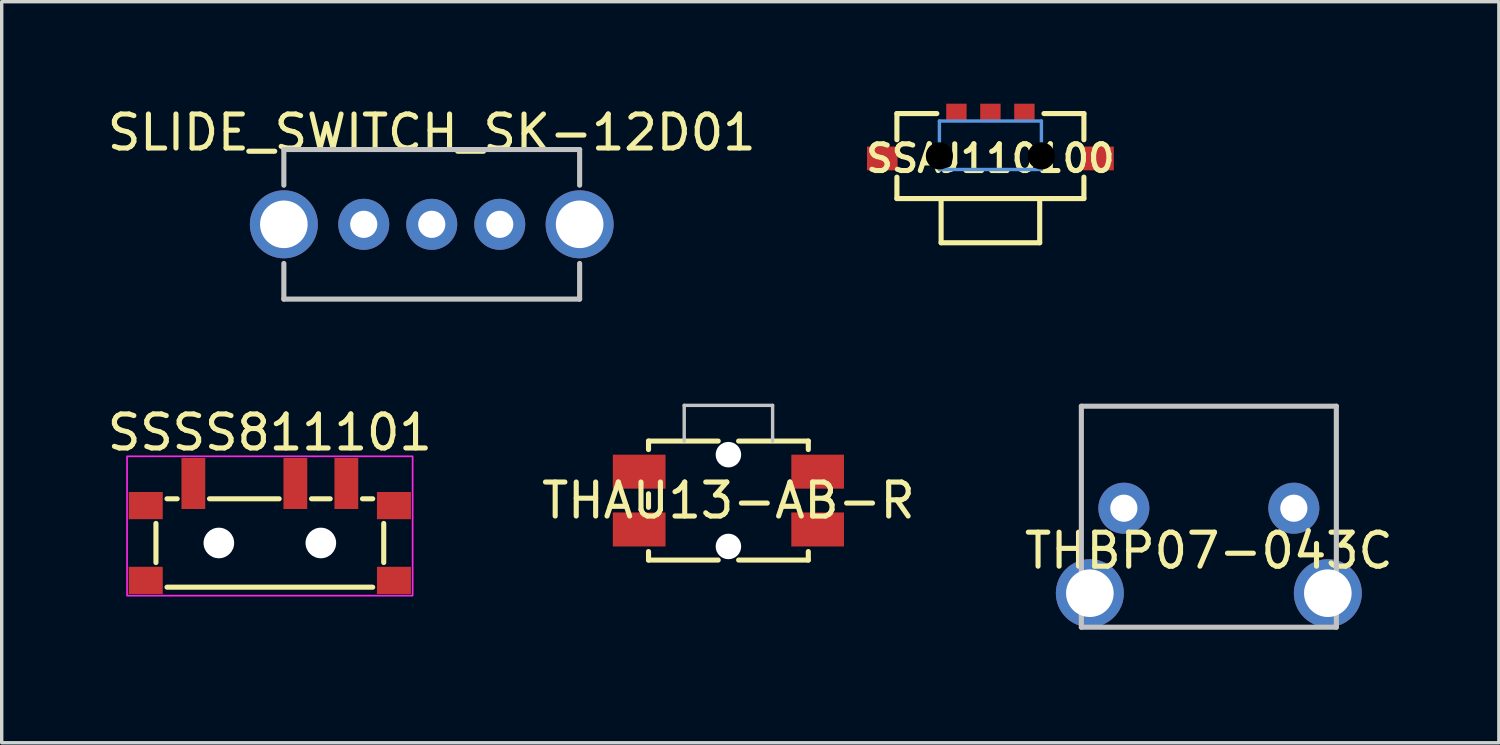
<source format=kicad_pcb>
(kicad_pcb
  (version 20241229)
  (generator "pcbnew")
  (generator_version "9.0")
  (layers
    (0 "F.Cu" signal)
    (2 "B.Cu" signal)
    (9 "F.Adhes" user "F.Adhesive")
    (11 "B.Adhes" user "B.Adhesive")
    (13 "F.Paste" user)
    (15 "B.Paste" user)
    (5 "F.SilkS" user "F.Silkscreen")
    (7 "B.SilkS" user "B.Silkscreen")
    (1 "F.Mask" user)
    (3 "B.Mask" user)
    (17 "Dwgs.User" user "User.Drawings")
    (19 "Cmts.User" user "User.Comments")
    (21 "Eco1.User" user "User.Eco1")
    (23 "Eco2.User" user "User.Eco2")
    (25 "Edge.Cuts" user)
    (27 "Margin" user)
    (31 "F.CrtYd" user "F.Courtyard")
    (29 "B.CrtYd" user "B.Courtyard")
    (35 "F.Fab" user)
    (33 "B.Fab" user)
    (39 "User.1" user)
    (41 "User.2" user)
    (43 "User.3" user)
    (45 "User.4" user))
  (footprint "SSSS811101"
    (layer "F.Cu")
    (at 4.887 12.921)
    (property "Reference" "SSSS811101" (at 0 -3.25 0) (unlocked yes) (layer "F.SilkS") (effects (font (size 1 1) (thickness 0.15))))
    (attr smd)
    (fp_line (start -3.35 -0.575) (end -3.35 0.575) (stroke (width 0.15) (type default)) (layer "F.SilkS"))
    (fp_line (start -3.025 -1.3) (end -2.725 -1.3) (stroke (width 0.15) (type solid)) (layer "F.SilkS"))
    (fp_line (start -3.025 1.3) (end 3.025 1.3) (stroke (width 0.15) (type solid)) (layer "F.SilkS"))
    (fp_line (start -1.775 -1.3) (end 0.275 -1.3) (stroke (width 0.15) (type solid)) (layer "F.SilkS"))
    (fp_line (start 1.225 -1.3) (end 1.775 -1.3) (stroke (width 0.15) (type solid)) (layer "F.SilkS"))
    (fp_line (start 2.725 -1.3) (end 3.025 -1.3) (stroke (width 0.15) (type solid)) (layer "F.SilkS"))
    (fp_line (start 3.35 -0.575) (end 3.35 0.575) (stroke (width 0.15) (type default)) (layer "F.SilkS"))
    (fp_line (start -1.4 2.8) (end -1.4 1.3) (stroke (width 0.15) (type solid)) (layer "Eco2.User"))
    (fp_line (start -1.4 2.8) (end 1.4 2.8) (stroke (width 0.15) (type solid)) (layer "Eco2.User"))
    (fp_line (start 1.4 2.8) (end 1.4 1.3) (stroke (width 0.15) (type solid)) (layer "Eco2.User"))
    (fp_rect (start -4.2 -2.55) (end 4.2 1.55) (stroke (width 0.05) (type default)) (fill no) (layer "F.CrtYd"))
    (pad "" np_thru_hole circle (at -1.5 0) (size 0.9 0.9) (drill 0.9) (layers "*.Cu" "*.Mask"))
    (pad "" np_thru_hole circle (at 1.5 0) (size 0.9 0.9) (drill 0.9) (layers "*.Cu" "*.Mask"))
    (pad "1" smd rect (at 2.25 -1.75) (size 0.7 1.5) (layers "F.Cu" "F.Mask" "F.Paste"))
    (pad "2" smd rect (at -2.25 -1.75) (size 0.7 1.5) (layers "F.Cu" "F.Mask" "F.Paste"))
    (pad "C" smd rect (at 0.75 -1.75) (size 0.7 1.5) (layers "F.Cu" "F.Mask" "F.Paste"))
    (pad "NC" smd rect (at -3.65 -1.1) (size 1 0.8) (layers "F.Cu" "F.Mask" "F.Paste"))
    (pad "NC" smd rect (at -3.65 1.1) (size 1 0.8) (layers "F.Cu" "F.Mask" "F.Paste"))
    (pad "NC" smd rect (at 3.65 -1.1) (size 1 0.8) (layers "F.Cu" "F.Mask" "F.Paste"))
    (pad "NC" smd rect (at 3.65 1.1) (size 1 0.8) (layers "F.Cu" "F.Mask" "F.Paste")))
  (footprint "SSAJ110100"
    (layer "F.Cu")
    (at 26.081 1.61)
    (property "Reference" "SSAJ110100" (at 0 0 0) (layer "F.SilkS") (effects (font (size 0.787 0.787) (thickness 0.15))))
    (attr smd)
    (fp_line (start -2.75 -1.32) (end -1.575 -1.32) (stroke (width 0.15) (type solid)) (layer "F.SilkS"))
    (fp_line (start -2.75 -0.55) (end -2.75 -1.32) (stroke (width 0.15) (type solid)) (layer "F.SilkS"))
    (fp_line (start -2.75 1.18) (end -2.75 0.55) (stroke (width 0.15) (type solid)) (layer "F.SilkS"))
    (fp_line (start -1.45 1.18) (end -2.75 1.18) (stroke (width 0.15) (type solid)) (layer "F.SilkS"))
    (fp_line (start -1.45 1.18) (end -1.45 2.48) (stroke (width 0.15) (type solid)) (layer "F.SilkS"))
    (fp_line (start 1.45 1.18) (end -1.45 1.18) (stroke (width 0.15) (type solid)) (layer "F.SilkS"))
    (fp_line (start 1.45 1.18) (end 1.45 2.48) (stroke (width 0.15) (type solid)) (layer "F.SilkS"))
    (fp_line (start 1.45 2.48) (end -1.45 2.48) (stroke (width 0.15) (type solid)) (layer "F.SilkS"))
    (fp_line (start 1.575 -1.32) (end 2.75 -1.32) (stroke (width 0.15) (type solid)) (layer "F.SilkS"))
    (fp_line (start 2.75 -1.32) (end 2.75 -0.55) (stroke (width 0.15) (type solid)) (layer "F.SilkS"))
    (fp_line (start 2.75 0.55) (end 2.75 1.18) (stroke (width 0.15) (type solid)) (layer "F.SilkS"))
    (fp_line (start 2.75 1.18) (end 1.45 1.18) (stroke (width 0.15) (type solid)) (layer "F.SilkS"))
    (fp_line (start -1.5 -1.1) (end 1.5 -1.1) (stroke (width 0.1) (type solid)) (layer "Cmts.User"))
    (fp_line (start -1.5 0.325) (end -1.5 -1.1) (stroke (width 0.1) (type solid)) (layer "Cmts.User"))
    (fp_line (start 1.5 -1.1) (end 1.5 0.325) (stroke (width 0.1) (type solid)) (layer "Cmts.User"))
    (fp_line (start 1.5 0.325) (end -1.5 0.325) (stroke (width 0.1) (type solid)) (layer "Cmts.User"))
    (pad "" np_thru_hole circle (at -1.5 -0.075) (size 0.8 0.8) (drill 0.8) (layers "*.Mask"))
    (pad "" np_thru_hole circle (at 1.5 -0.075) (size 0.8 0.8) (drill 0.8) (layers "*.Mask"))
    (pad "1" smd rect (at -1 -1.355) (size 0.6 0.51) (layers "F.Cu" "F.Mask" "F.Paste"))
    (pad "2" smd rect (at 1 -1.355) (size 0.6 0.51) (layers "F.Cu" "F.Mask" "F.Paste"))
    (pad "C" smd rect (at 0 -1.355) (size 0.6 0.51) (layers "F.Cu" "F.Mask" "F.Paste"))
    (pad "NC" smd rect (at -3.18 0) (size 0.9 0.7) (layers "F.Cu" "F.Mask" "F.Paste"))
    (pad "NC" smd rect (at 3.18 0) (size 0.9 0.7) (layers "F.Cu" "F.Mask" "F.Paste"))
    (zone (net_name "") (layer "F.Cu") (hatch edge 0.5) (connect_pads) (min_thickness 0.25) (filled_areas_thickness no) (keepout (tracks not_allowed) (vias not_allowed) (pads not_allowed) (copperpour allowed) (footprints not_allowed)) (placement (enabled no)) (fill) (polygon (pts (xy 27.581 0.51) (xy 27.581 1.935) (xy 24.581 1.935) (xy 24.581 0.51)))))
  (footprint "THAU13-AB-R"
    (layer "F.Cu")
    (at 18.375 11.673)
    (property "Reference" "THAU13-AB-R" (at 0 0 0) (unlocked yes) (layer "F.SilkS") (effects (font (size 1 1) (thickness 0.15))))
    (attr through_hole)
    (fp_line (start -2.35 -1.75) (end -0.3 -1.75) (stroke (width 0.15) (type solid)) (layer "F.SilkS"))
    (fp_line (start -2.35 -1.5) (end -2.35 -1.75) (stroke (width 0.15) (type solid)) (layer "F.SilkS"))
    (fp_line (start -2.35 -0.2) (end -2.35 0.2) (stroke (width 0.15) (type default)) (layer "F.SilkS"))
    (fp_line (start -2.35 1.75) (end -2.35 1.5) (stroke (width 0.15) (type solid)) (layer "F.SilkS"))
    (fp_line (start -2.35 1.75) (end -0.3 1.75) (stroke (width 0.15) (type solid)) (layer "F.SilkS"))
    (fp_line (start 0.3 -1.75) (end 2.35 -1.75) (stroke (width 0.15) (type solid)) (layer "F.SilkS"))
    (fp_line (start 0.3 1.75) (end 2.35 1.75) (stroke (width 0.15) (type solid)) (layer "F.SilkS"))
    (fp_line (start 2.35 -1.5) (end 2.35 -1.75) (stroke (width 0.15) (type solid)) (layer "F.SilkS"))
    (fp_line (start 2.35 1.75) (end 2.35 1.5) (stroke (width 0.15) (type solid)) (layer "F.SilkS"))
    (fp_line (start -1.3 -2.8) (end -1.3 -1.75) (stroke (width 0.1) (type default)) (layer "Dwgs.User"))
    (fp_line (start -1.3 -2.8) (end 1.3 -2.8) (stroke (width 0.1) (type solid)) (layer "Dwgs.User"))
    (fp_line (start 1.3 -2.8) (end 1.3 -1.75) (stroke (width 0.1) (type default)) (layer "Dwgs.User"))
    (pad "" np_thru_hole circle (at 0 -1.35) (size 0.75 0.75) (drill 0.75) (layers "*.Cu" "*.Mask"))
    (pad "" np_thru_hole circle (at 0 1.35) (size 0.75 0.75) (drill 0.75) (layers "*.Cu" "*.Mask"))
    (pad "1" smd rect (at -2.625 -0.85) (size 1.55 1) (layers "F.Cu" "F.Mask" "F.Paste"))
    (pad "1" smd rect (at 2.625 -0.85) (size 1.55 1) (layers "F.Cu" "F.Mask" "F.Paste"))
    (pad "2" smd rect (at -2.625 0.85) (size 1.55 1) (layers "F.Cu" "F.Mask" "F.Paste"))
    (pad "2" smd rect (at 2.625 0.85) (size 1.55 1) (layers "F.Cu" "F.Mask" "F.Paste")))
  (footprint "SLIDE_SWITCH_SK-12D01"
    (layer "F.Cu")
    (at 9.649 3.548)
    (property "Reference" "SLIDE_SWITCH_SK-12D01" (at 0 -2.7 0) (layer "F.SilkS") (effects (font (size 1 1) (thickness 0.15))))
    (attr through_hole)
    (fp_line (start -4.35 -2.2) (end -4.35 -1.15) (stroke (width 0.15) (type solid)) (layer "Dwgs.User"))
    (fp_line (start -4.35 2.2) (end -4.35 1.15) (stroke (width 0.15) (type solid)) (layer "Dwgs.User"))
    (fp_line (start -4.35 2.2) (end 4.35 2.2) (stroke (width 0.15) (type solid)) (layer "Dwgs.User"))
    (fp_line (start 4.35 -2.2) (end -4.35 -2.2) (stroke (width 0.15) (type solid)) (layer "Dwgs.User"))
    (fp_line (start 4.35 -2.2) (end 4.35 -1.15) (stroke (width 0.15) (type solid)) (layer "Dwgs.User"))
    (fp_line (start 4.35 2.2) (end 4.35 1.15) (stroke (width 0.15) (type solid)) (layer "Dwgs.User"))
    (pad "" thru_hole circle (at -4.35 0) (size 2 2) (drill 1.4) (layers "*.Cu" "*.Mask"))
    (pad "" thru_hole circle (at 4.35 0) (size 2 2) (drill 1.4) (layers "*.Cu" "*.Mask"))
    (pad "1" thru_hole circle (at 0 0) (size 1.5 1.5) (drill 0.8) (layers "*.Cu" "*.Mask"))
    (pad "2" thru_hole circle (at 2 0) (size 1.5 1.5) (drill 0.8) (layers "*.Cu" "*.Mask"))
    (pad "3" thru_hole circle (at -2 0) (size 1.5 1.5) (drill 0.8) (layers "*.Cu" "*.Mask")))
  (footprint "THBP07-043C"
    (layer "F.Cu")
    (at 32.506 13.148)
    (property "Reference" "THBP07-043C" (at 0 0 0) (layer "F.SilkS") (effects (font (size 1 1) (thickness 0.15))))
    (attr through_hole)
    (fp_line (start -3.75 -4.25) (end -3.75 2.25) (stroke (width 0.15) (type solid)) (layer "Dwgs.User"))
    (fp_line (start 3.75 -4.25) (end -3.75 -4.25) (stroke (width 0.15) (type solid)) (layer "Dwgs.User"))
    (fp_line (start 3.75 -4.25) (end 3.75 2.25) (stroke (width 0.15) (type solid)) (layer "Dwgs.User"))
    (fp_line (start 3.75 2.25) (end -3.75 2.25) (stroke (width 0.15) (type solid)) (layer "Dwgs.User"))
    (pad "" thru_hole circle (at -3.5 1.25) (size 2 2) (drill 1.4) (layers "*.Cu" "*.Mask"))
    (pad "" thru_hole circle (at 3.5 1.25) (size 2 2) (drill 1.4) (layers "*.Cu" "*.Mask"))
    (pad "1" thru_hole circle (at -2.5 -1.25) (size 1.5 1.5) (drill 0.8) (layers "*.Cu" "*.Mask"))
    (pad "2" thru_hole circle (at 2.5 -1.25) (size 1.5 1.5) (drill 0.8) (layers "*.Cu" "*.Mask")))
  (gr_rect
    (start -3 -3)
    (end 41.036 18.797)
    (stroke (width 0.1) (type default))
    (fill no)
    (layer "Edge.Cuts")))
</source>
